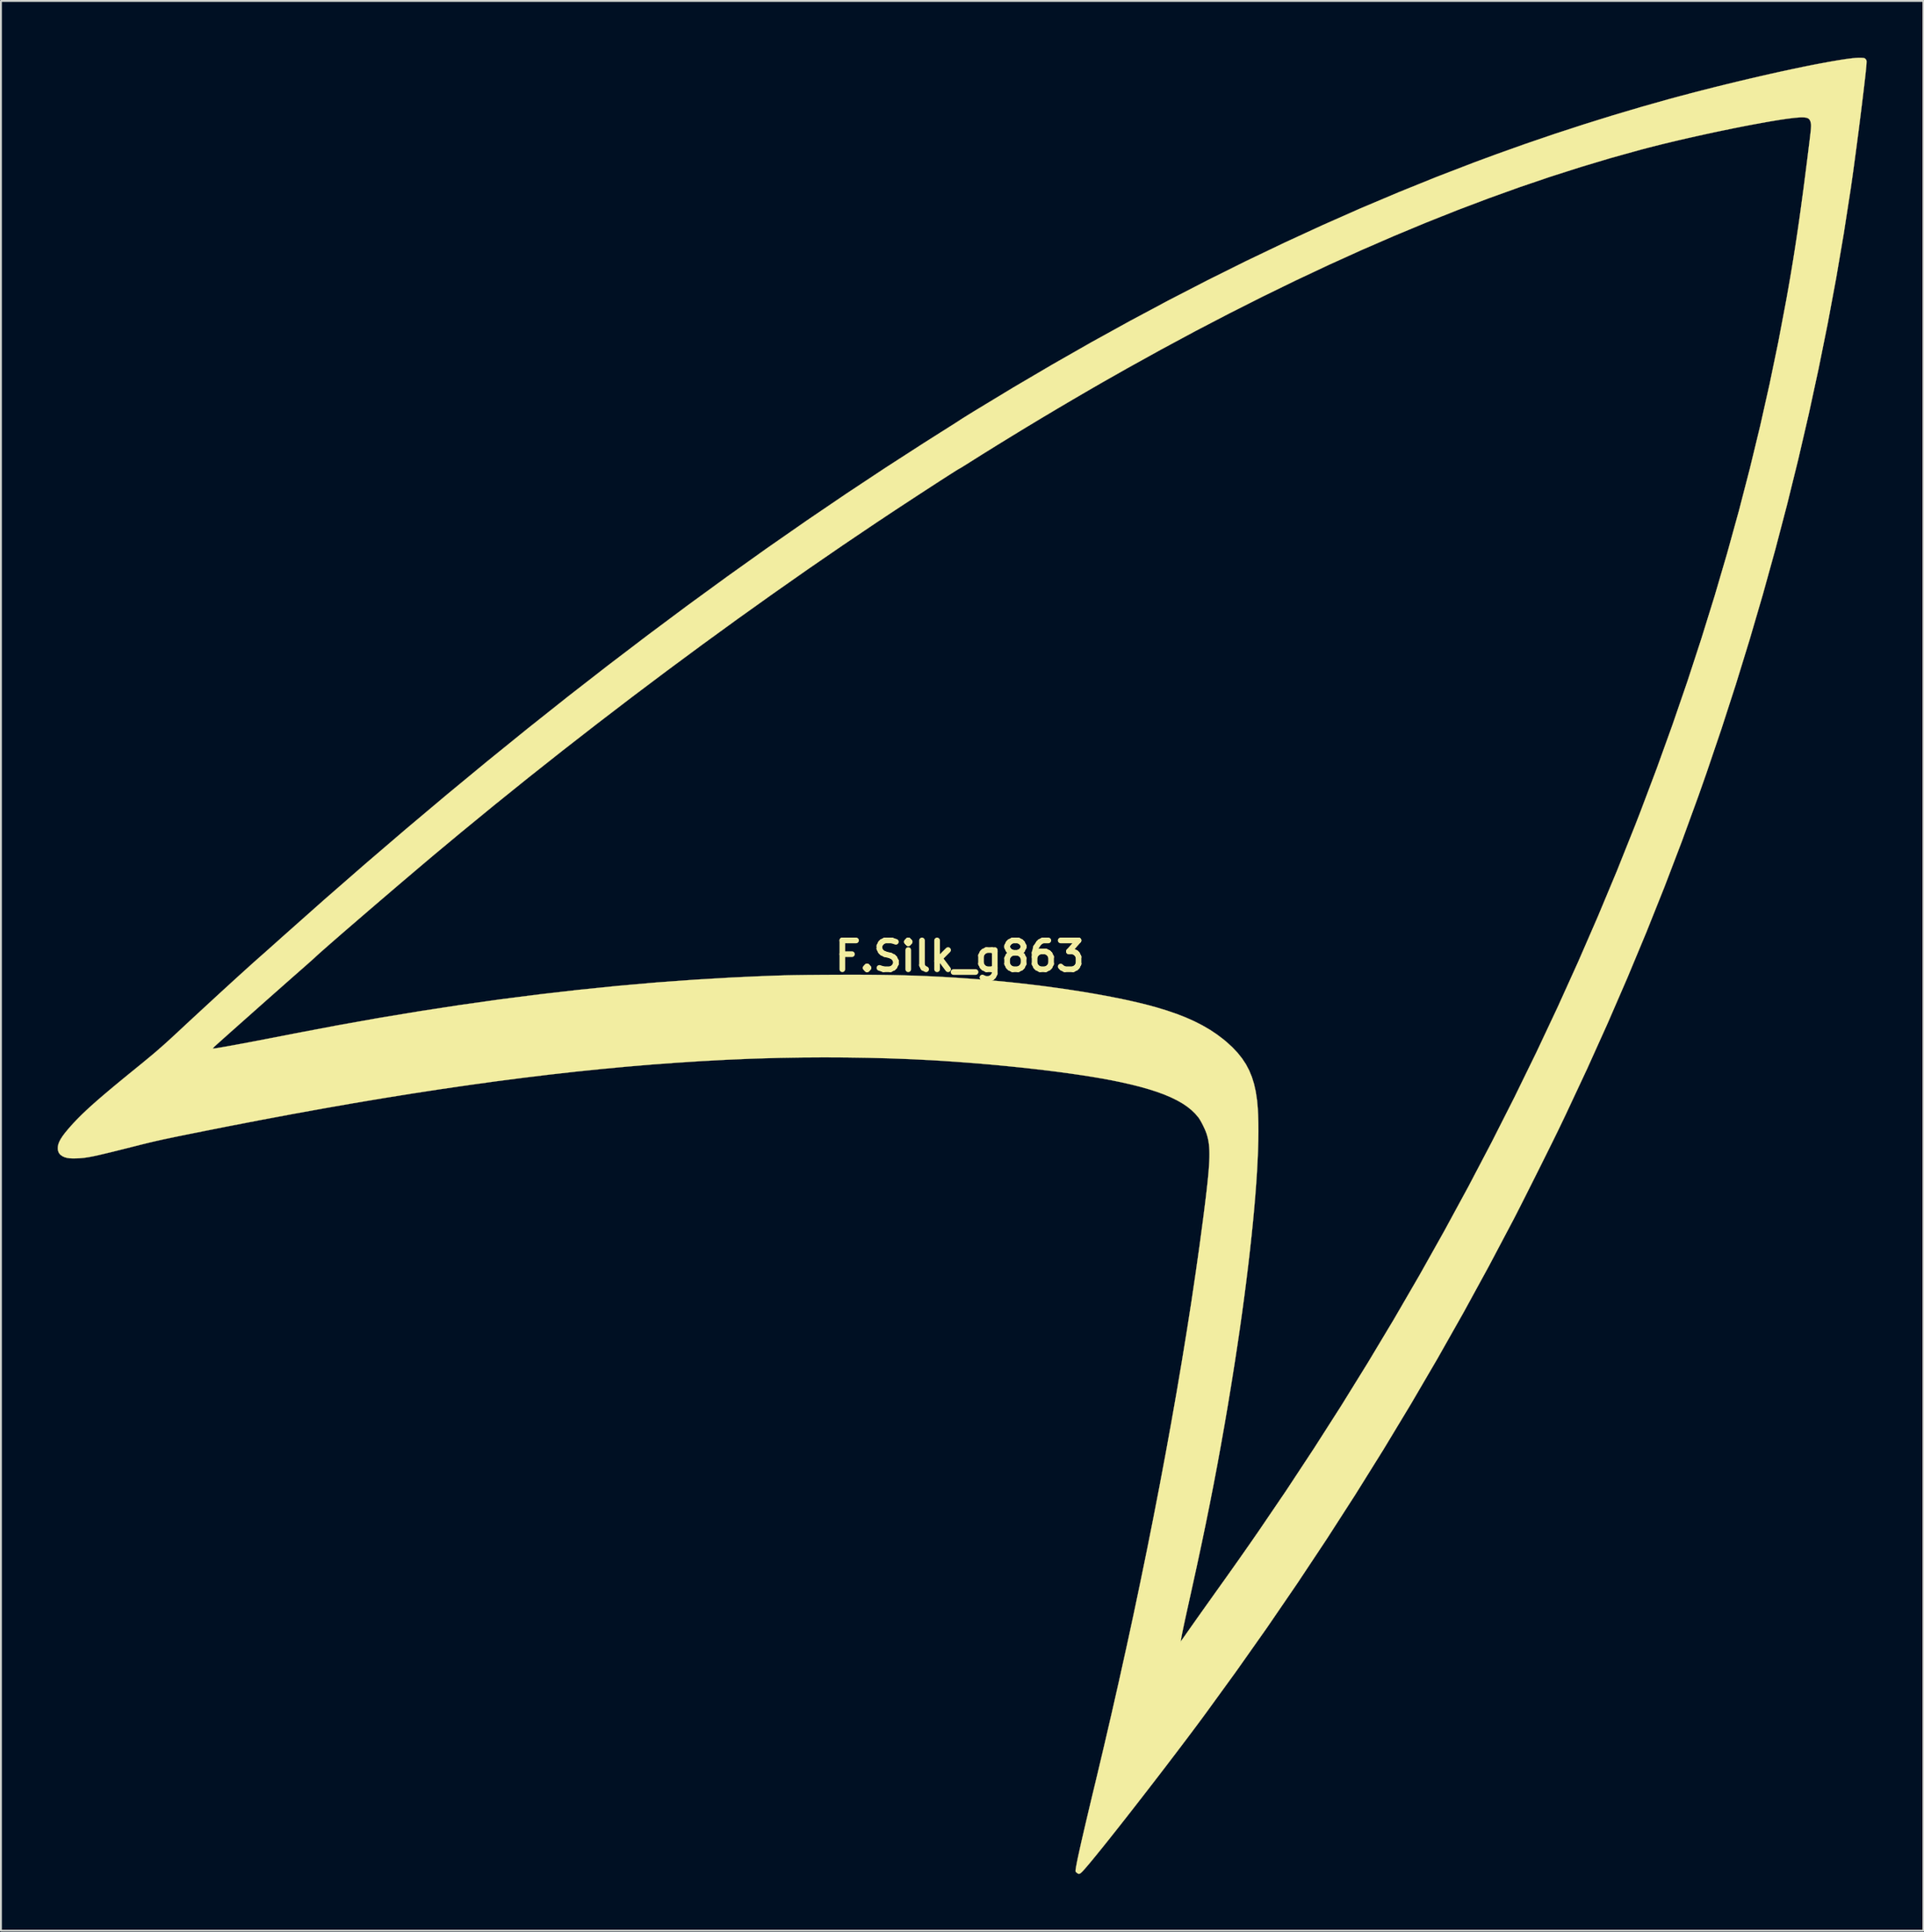
<source format=kicad_pcb>
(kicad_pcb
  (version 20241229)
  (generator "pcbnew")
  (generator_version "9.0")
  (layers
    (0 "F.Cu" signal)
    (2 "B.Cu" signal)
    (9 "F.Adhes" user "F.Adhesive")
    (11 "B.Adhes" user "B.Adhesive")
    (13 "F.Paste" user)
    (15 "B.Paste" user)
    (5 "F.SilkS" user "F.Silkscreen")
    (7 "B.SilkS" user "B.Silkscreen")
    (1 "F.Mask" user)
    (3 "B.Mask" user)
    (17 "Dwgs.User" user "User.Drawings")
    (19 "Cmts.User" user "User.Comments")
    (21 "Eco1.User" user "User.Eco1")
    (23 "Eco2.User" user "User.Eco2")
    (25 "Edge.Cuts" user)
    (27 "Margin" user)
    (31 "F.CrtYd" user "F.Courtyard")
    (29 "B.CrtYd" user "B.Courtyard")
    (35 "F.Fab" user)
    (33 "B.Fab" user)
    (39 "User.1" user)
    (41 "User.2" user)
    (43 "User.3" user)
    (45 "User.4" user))
  (footprint "F.Silk_g863"
    (layer "F.Cu")
    (at 47.669 47.48)
    (property "Reference" "F.Silk_g863" (at 0 0 0) (layer "F.SilkS") (effects (font (size 1.524 1.524) (thickness 0.3))))
    (attr through_hole)
    (fp_poly (pts (xy 47.635 -47.474) (xy 47.725 -47.469) (xy 47.784 -47.462) (xy 47.822 -47.45) (xy 47.851 -47.428) (xy 47.873 -47.403) (xy 47.898 -47.372) (xy 47.913 -47.342) (xy 47.92 -47.302) (xy 47.92 -47.243) (xy 47.916 -47.153) (xy 47.915 -47.139) (xy 47.907 -47.033) (xy 47.893 -46.888) (xy 47.875 -46.708) (xy 47.852 -46.494) (xy 47.824 -46.252) (xy 47.793 -45.982) (xy 47.758 -45.689) (xy 47.72 -45.375) (xy 47.68 -45.045) (xy 47.637 -44.699) (xy 47.592 -44.343) (xy 47.546 -43.978) (xy 47.499 -43.608) (xy 47.45 -43.237) (xy 47.402 -42.866) (xy 47.353 -42.499) (xy 47.305 -42.139) (xy 47.258 -41.79) (xy 47.212 -41.454) (xy 47.167 -41.134) (xy 47.124 -40.834) (xy 47.084 -40.556) (xy 47.084 -40.555) (xy 46.718 -38.197) (xy 46.314 -35.827) (xy 45.871 -33.447) (xy 45.389 -31.06) (xy 44.871 -28.668) (xy 44.316 -26.274) (xy 43.725 -23.881) (xy 43.098 -21.49) (xy 42.437 -19.105) (xy 41.741 -16.727) (xy 41.012 -14.36) (xy 40.25 -12.005) (xy 39.456 -9.665) (xy 39.038 -8.477) (xy 38.163 -6.077) (xy 37.246 -3.675) (xy 36.286 -1.271) (xy 35.284 1.134) (xy 34.24 3.542) (xy 33.154 5.951) (xy 32.026 8.361) (xy 31.707 9.028) (xy 31.625 9.198) (xy 31.525 9.401) (xy 31.411 9.634) (xy 31.284 9.892) (xy 31.146 10.17) (xy 30.999 10.466) (xy 30.846 10.774) (xy 30.688 11.091) (xy 30.527 11.413) (xy 30.366 11.735) (xy 30.206 12.054) (xy 30.05 12.364) (xy 29.9 12.663) (xy 29.757 12.946) (xy 29.624 13.21) (xy 29.502 13.448) (xy 29.395 13.659) (xy 29.303 13.837) (xy 29.273 13.896) (xy 27.961 16.378) (xy 26.618 18.835) (xy 25.241 21.27) (xy 23.83 23.683) (xy 22.385 26.077) (xy 20.903 28.453) (xy 19.385 30.811) (xy 17.829 33.154) (xy 16.235 35.484) (xy 14.601 37.8) (xy 13.009 39.994) (xy 12.778 40.308) (xy 12.533 40.637) (xy 12.278 40.979) (xy 12.012 41.332) (xy 11.738 41.695) (xy 11.458 42.065) (xy 11.171 42.441) (xy 10.881 42.822) (xy 10.588 43.204) (xy 10.294 43.586) (xy 10 43.967) (xy 9.708 44.344) (xy 9.419 44.716) (xy 9.135 45.081) (xy 8.857 45.437) (xy 8.586 45.782) (xy 8.324 46.115) (xy 8.072 46.432) (xy 7.833 46.734) (xy 7.606 47.017) (xy 7.394 47.28) (xy 7.198 47.521) (xy 7.02 47.739) (xy 6.861 47.931) (xy 6.722 48.095) (xy 6.605 48.23) (xy 6.511 48.334) (xy 6.476 48.371) (xy 6.4 48.443) (xy 6.339 48.482) (xy 6.284 48.489) (xy 6.228 48.466) (xy 6.183 48.432) (xy 6.142 48.395) (xy 6.122 48.364) (xy 6.119 48.321) (xy 6.126 48.258) (xy 6.141 48.155) (xy 6.166 48.017) (xy 6.199 47.845) (xy 6.242 47.637) (xy 6.295 47.394) (xy 6.357 47.114) (xy 6.428 46.796) (xy 6.51 46.442) (xy 6.601 46.049) (xy 6.702 45.618) (xy 6.813 45.148) (xy 6.934 44.638) (xy 7.066 44.088) (xy 7.173 43.646) (xy 7.592 41.884) (xy 8.002 40.122) (xy 8.402 38.362) (xy 8.791 36.607) (xy 8.874 36.227) (xy 11.663 36.227) (xy 11.673 36.237) (xy 11.684 36.227) (xy 11.673 36.216) (xy 11.663 36.227) (xy 8.874 36.227) (xy 9.17 34.858) (xy 9.536 33.118) (xy 9.891 31.39) (xy 10.233 29.675) (xy 10.562 27.977) (xy 10.878 26.296) (xy 11.18 24.636) (xy 11.468 22.999) (xy 11.741 21.388) (xy 12 19.803) (xy 12.243 18.249) (xy 12.469 16.726) (xy 12.68 15.238) (xy 12.847 13.991) (xy 12.91 13.504) (xy 12.966 13.056) (xy 13.016 12.646) (xy 13.06 12.27) (xy 13.097 11.928) (xy 13.129 11.616) (xy 13.154 11.332) (xy 13.173 11.074) (xy 13.186 10.84) (xy 13.194 10.628) (xy 13.196 10.434) (xy 13.192 10.258) (xy 13.183 10.096) (xy 13.169 9.947) (xy 13.149 9.808) (xy 13.125 9.677) (xy 13.095 9.552) (xy 13.06 9.43) (xy 13.047 9.387) (xy 13 9.259) (xy 12.938 9.114) (xy 12.866 8.96) (xy 12.789 8.81) (xy 12.713 8.674) (xy 12.643 8.562) (xy 12.613 8.52) (xy 12.444 8.321) (xy 12.248 8.131) (xy 12.024 7.951) (xy 11.769 7.779) (xy 11.483 7.616) (xy 11.165 7.46) (xy 10.814 7.311) (xy 10.428 7.169) (xy 10.005 7.033) (xy 9.545 6.902) (xy 9.047 6.776) (xy 8.509 6.655) (xy 8.012 6.553) (xy 7.53 6.464) (xy 7.01 6.375) (xy 6.455 6.288) (xy 5.867 6.202) (xy 5.252 6.118) (xy 4.611 6.037) (xy 3.949 5.959) (xy 3.269 5.884) (xy 2.575 5.813) (xy 1.87 5.745) (xy 1.158 5.683) (xy 0.442 5.625) (xy -0.275 5.572) (xy -0.988 5.524) (xy -1.513 5.493) (xy -2.594 5.439) (xy -3.708 5.397) (xy -4.848 5.368) (xy -6.005 5.35) (xy -7.172 5.345) (xy -8.341 5.352) (xy -9.506 5.371) (xy -10.657 5.403) (xy -11.123 5.419) (xy -12.383 5.474) (xy -13.657 5.542) (xy -14.945 5.625) (xy -16.25 5.721) (xy -17.572 5.832) (xy -18.913 5.957) (xy -20.275 6.097) (xy -21.658 6.252) (xy -23.064 6.423) (xy -24.495 6.608) (xy -25.951 6.809) (xy -27.434 7.025) (xy -28.946 7.257) (xy -30.487 7.505) (xy -32.059 7.769) (xy -33.663 8.05) (xy -35.302 8.347) (xy -36.975 8.661) (xy -38.684 8.991) (xy -39.994 9.251) (xy -40.362 9.325) (xy -40.692 9.391) (xy -40.989 9.451) (xy -41.255 9.505) (xy -41.495 9.554) (xy -41.713 9.6) (xy -41.913 9.642) (xy -42.098 9.681) (xy -42.272 9.72) (xy -42.439 9.757) (xy -42.604 9.795) (xy -42.769 9.834) (xy -42.939 9.875) (xy -43.117 9.919) (xy -43.308 9.966) (xy -43.515 10.018) (xy -43.742 10.076) (xy -43.826 10.097) (xy -44.187 10.188) (xy -44.511 10.269) (xy -44.799 10.341) (xy -45.056 10.403) (xy -45.284 10.457) (xy -45.485 10.504) (xy -45.664 10.544) (xy -45.823 10.577) (xy -45.965 10.604) (xy -46.092 10.626) (xy -46.209 10.644) (xy -46.318 10.657) (xy -46.421 10.667) (xy -46.523 10.675) (xy -46.626 10.68) (xy -46.672 10.682) (xy -46.871 10.685) (xy -47.035 10.677) (xy -47.173 10.657) (xy -47.292 10.625) (xy -47.398 10.578) (xy -47.421 10.566) (xy -47.535 10.485) (xy -47.611 10.388) (xy -47.653 10.269) (xy -47.664 10.182) (xy -47.661 10.061) (xy -47.636 9.938) (xy -47.588 9.807) (xy -47.515 9.667) (xy -47.415 9.512) (xy -47.286 9.339) (xy -47.125 9.144) (xy -47.113 9.13) (xy -46.976 8.973) (xy -46.834 8.816) (xy -46.684 8.658) (xy -46.526 8.497) (xy -46.357 8.33) (xy -46.174 8.157) (xy -45.977 7.974) (xy -45.761 7.781) (xy -45.527 7.575) (xy -45.27 7.354) (xy -44.99 7.117) (xy -44.685 6.862) (xy -44.351 6.586) (xy -43.988 6.288) (xy -43.655 6.018) (xy -43.384 5.797) (xy -43.14 5.598) (xy -42.921 5.417) (xy -42.721 5.251) (xy -42.536 5.095) (xy -42.362 4.945) (xy -42.285 4.878) (xy -39.474 4.878) (xy -39.447 4.879) (xy -39.381 4.872) (xy -39.275 4.857) (xy -39.131 4.834) (xy -38.949 4.803) (xy -38.731 4.765) (xy -38.477 4.72) (xy -38.19 4.667) (xy -37.869 4.607) (xy -37.516 4.541) (xy -37.132 4.468) (xy -36.717 4.388) (xy -36.274 4.303) (xy -35.802 4.211) (xy -35.303 4.114) (xy -35.158 4.085) (xy -32.949 3.665) (xy -30.76 3.274) (xy -28.59 2.914) (xy -26.441 2.583) (xy -24.313 2.283) (xy -22.208 2.014) (xy -20.127 1.775) (xy -18.07 1.566) (xy -16.038 1.388) (xy -14.033 1.242) (xy -12.055 1.126) (xy -10.837 1.069) (xy -10.53 1.056) (xy -10.248 1.045) (xy -9.987 1.035) (xy -9.743 1.026) (xy -9.51 1.019) (xy -9.284 1.012) (xy -9.06 1.006) (xy -8.833 1.001) (xy -8.599 0.997) (xy -8.352 0.994) (xy -8.088 0.99) (xy -7.802 0.988) (xy -7.489 0.985) (xy -7.145 0.983) (xy -6.765 0.981) (xy -6.657 0.98) (xy -5.973 0.978) (xy -5.326 0.978) (xy -4.713 0.981) (xy -4.127 0.987) (xy -3.565 0.996) (xy -3.022 1.008) (xy -2.494 1.023) (xy -1.974 1.042) (xy -1.46 1.065) (xy -0.946 1.092) (xy -0.427 1.122) (xy 0.1 1.156) (xy 0.642 1.195) (xy 0.804 1.207) (xy 1.527 1.266) (xy 2.252 1.333) (xy 2.975 1.407) (xy 3.694 1.489) (xy 4.406 1.576) (xy 5.106 1.67) (xy 5.793 1.77) (xy 6.462 1.874) (xy 7.111 1.983) (xy 7.737 2.096) (xy 8.336 2.213) (xy 8.906 2.332) (xy 9.442 2.455) (xy 9.942 2.579) (xy 10.382 2.699) (xy 10.94 2.868) (xy 11.459 3.046) (xy 11.943 3.235) (xy 12.393 3.435) (xy 12.813 3.649) (xy 13.206 3.877) (xy 13.575 4.121) (xy 13.922 4.383) (xy 14.094 4.525) (xy 14.406 4.81) (xy 14.68 5.1) (xy 14.918 5.398) (xy 15.123 5.708) (xy 15.295 6.035) (xy 15.438 6.382) (xy 15.553 6.753) (xy 15.642 7.153) (xy 15.707 7.584) (xy 15.716 7.662) (xy 15.747 8.004) (xy 15.768 8.385) (xy 15.78 8.805) (xy 15.783 9.262) (xy 15.777 9.755) (xy 15.762 10.283) (xy 15.737 10.844) (xy 15.705 11.437) (xy 15.663 12.062) (xy 15.613 12.715) (xy 15.555 13.397) (xy 15.488 14.106) (xy 15.413 14.84) (xy 15.33 15.598) (xy 15.239 16.379) (xy 15.14 17.182) (xy 15.034 18.006) (xy 14.92 18.848) (xy 14.798 19.708) (xy 14.669 20.584) (xy 14.533 21.475) (xy 14.518 21.569) (xy 14.345 22.656) (xy 14.17 23.721) (xy 13.99 24.772) (xy 13.806 25.813) (xy 13.616 26.851) (xy 13.419 27.892) (xy 13.213 28.941) (xy 12.998 30.005) (xy 12.772 31.089) (xy 12.534 32.201) (xy 12.283 33.344) (xy 12.224 33.613) (xy 12.134 34.019) (xy 12.053 34.385) (xy 11.981 34.713) (xy 11.917 35.004) (xy 11.862 35.259) (xy 11.815 35.481) (xy 11.776 35.669) (xy 11.744 35.826) (xy 11.719 35.954) (xy 11.701 36.053) (xy 11.69 36.125) (xy 11.685 36.171) (xy 11.686 36.193) (xy 11.692 36.193) (xy 11.706 36.175) (xy 11.741 36.125) (xy 11.795 36.048) (xy 11.866 35.948) (xy 11.95 35.829) (xy 12.045 35.693) (xy 12.149 35.546) (xy 12.176 35.507) (xy 12.271 35.371) (xy 12.388 35.206) (xy 12.522 35.016) (xy 12.671 34.806) (xy 12.829 34.583) (xy 12.995 34.349) (xy 13.164 34.112) (xy 13.333 33.875) (xy 13.498 33.643) (xy 13.552 33.567) (xy 13.841 33.162) (xy 14.109 32.786) (xy 14.358 32.435) (xy 14.591 32.105) (xy 14.812 31.792) (xy 15.023 31.49) (xy 15.229 31.196) (xy 15.432 30.905) (xy 15.634 30.612) (xy 15.741 30.459) (xy 17.246 28.245) (xy 18.72 26.007) (xy 20.163 23.749) (xy 21.573 21.47) (xy 22.95 19.173) (xy 24.293 16.859) (xy 25.601 14.528) (xy 26.874 12.184) (xy 28.111 9.826) (xy 29.311 7.457) (xy 30.474 5.077) (xy 31.598 2.689) (xy 32.682 0.293) (xy 33.727 -2.109) (xy 34.732 -4.515) (xy 35.695 -6.925) (xy 35.973 -7.641) (xy 36.837 -9.931) (xy 37.661 -12.216) (xy 38.445 -14.495) (xy 39.188 -16.768) (xy 39.892 -19.034) (xy 40.555 -21.293) (xy 41.178 -23.545) (xy 41.759 -25.789) (xy 42.301 -28.025) (xy 42.801 -30.253) (xy 43.261 -32.471) (xy 43.679 -34.68) (xy 43.71 -34.851) (xy 43.801 -35.366) (xy 43.888 -35.869) (xy 43.972 -36.366) (xy 44.053 -36.861) (xy 44.132 -37.359) (xy 44.209 -37.863) (xy 44.286 -38.377) (xy 44.363 -38.907) (xy 44.44 -39.457) (xy 44.518 -40.031) (xy 44.599 -40.634) (xy 44.681 -41.269) (xy 44.767 -41.941) (xy 44.779 -42.037) (xy 44.819 -42.355) (xy 44.854 -42.634) (xy 44.884 -42.876) (xy 44.91 -43.085) (xy 44.931 -43.263) (xy 44.949 -43.414) (xy 44.963 -43.54) (xy 44.974 -43.644) (xy 44.981 -43.728) (xy 44.986 -43.797) (xy 44.989 -43.852) (xy 44.99 -43.896) (xy 44.988 -43.933) (xy 44.986 -43.964) (xy 44.984 -43.982) (xy 44.959 -44.102) (xy 44.92 -44.193) (xy 44.862 -44.258) (xy 44.779 -44.3) (xy 44.666 -44.323) (xy 44.518 -44.33) (xy 44.482 -44.33) (xy 44.33 -44.323) (xy 44.14 -44.306) (xy 43.915 -44.28) (xy 43.656 -44.246) (xy 43.367 -44.203) (xy 43.05 -44.152) (xy 42.708 -44.094) (xy 42.343 -44.029) (xy 41.959 -43.958) (xy 41.557 -43.882) (xy 41.141 -43.8) (xy 40.713 -43.714) (xy 40.276 -43.624) (xy 39.833 -43.531) (xy 39.385 -43.434) (xy 38.936 -43.335) (xy 38.489 -43.234) (xy 38.046 -43.132) (xy 37.609 -43.029) (xy 37.182 -42.926) (xy 36.766 -42.822) (xy 36.366 -42.72) (xy 35.983 -42.619) (xy 34.404 -42.18) (xy 32.81 -41.702) (xy 31.2 -41.188) (xy 29.576 -40.636) (xy 27.936 -40.046) (xy 26.28 -39.419) (xy 24.609 -38.753) (xy 22.922 -38.05) (xy 21.218 -37.31) (xy 19.499 -36.531) (xy 17.763 -35.714) (xy 16.01 -34.859) (xy 14.241 -33.966) (xy 12.454 -33.035) (xy 10.651 -32.065) (xy 8.83 -31.057) (xy 7.578 -30.347) (xy 6.806 -29.902) (xy 6.011 -29.438) (xy 5.2 -28.96) (xy 4.381 -28.472) (xy 3.562 -27.979) (xy 2.751 -27.485) (xy 1.956 -26.996) (xy 1.183 -26.516) (xy 0.487 -26.077) (xy 0.361 -25.998) (xy 0.247 -25.927) (xy 0.148 -25.865) (xy 0.07 -25.818) (xy 0.018 -25.787) (xy -0.001 -25.777) (xy -0.033 -25.76) (xy -0.099 -25.721) (xy -0.195 -25.662) (xy -0.319 -25.584) (xy -0.469 -25.488) (xy -0.642 -25.378) (xy -0.837 -25.253) (xy -1.05 -25.116) (xy -1.279 -24.967) (xy -1.522 -24.81) (xy -1.777 -24.644) (xy -2.041 -24.472) (xy -2.311 -24.296) (xy -2.586 -24.116) (xy -2.863 -23.934) (xy -3.14 -23.753) (xy -3.414 -23.572) (xy -3.682 -23.395) (xy -3.943 -23.222) (xy -4.194 -23.055) (xy -4.338 -22.96) (xy -6.169 -21.726) (xy -8.015 -20.457) (xy -9.871 -19.156) (xy -11.734 -17.827) (xy -13.599 -16.472) (xy -15.463 -15.094) (xy -17.32 -13.698) (xy -19.167 -12.284) (xy -21.001 -10.858) (xy -22.816 -9.421) (xy -24.609 -7.977) (xy -26.375 -6.529) (xy -27.718 -5.411) (xy -27.965 -5.203) (xy -28.227 -4.982) (xy -28.502 -4.749) (xy -28.788 -4.507) (xy -29.084 -4.255) (xy -29.388 -3.997) (xy -29.697 -3.734) (xy -30.009 -3.467) (xy -30.323 -3.198) (xy -30.637 -2.93) (xy -30.949 -2.662) (xy -31.257 -2.398) (xy -31.559 -2.138) (xy -31.853 -1.884) (xy -32.138 -1.639) (xy -32.411 -1.403) (xy -32.67 -1.179) (xy -32.913 -0.967) (xy -33.14 -0.77) (xy -33.347 -0.589) (xy -33.532 -0.426) (xy -33.695 -0.283) (xy -33.833 -0.16) (xy -33.943 -0.061) (xy -34.025 0.014) (xy -34.068 0.055) (xy -34.099 0.084) (xy -34.159 0.138) (xy -34.244 0.214) (xy -34.352 0.31) (xy -34.48 0.424) (xy -34.624 0.551) (xy -34.781 0.689) (xy -34.949 0.837) (xy -35.105 0.974) (xy -35.25 1.101) (xy -35.415 1.247) (xy -35.597 1.407) (xy -35.794 1.581) (xy -36.004 1.767) (xy -36.225 1.962) (xy -36.453 2.164) (xy -36.688 2.372) (xy -36.927 2.584) (xy -37.166 2.796) (xy -37.405 3.008) (xy -37.641 3.218) (xy -37.871 3.422) (xy -38.094 3.62) (xy -38.306 3.809) (xy -38.507 3.987) (xy -38.692 4.152) (xy -38.861 4.303) (xy -39.011 4.437) (xy -39.139 4.551) (xy -39.243 4.645) (xy -39.321 4.716) (xy -39.372 4.762) (xy -39.385 4.774) (xy -39.434 4.824) (xy -39.466 4.861) (xy -39.474 4.878) (xy -42.285 4.878) (xy -42.193 4.797) (xy -42.024 4.648) (xy -41.853 4.493) (xy -41.673 4.329) (xy -41.48 4.151) (xy -41.328 4.01) (xy -40.929 3.638) (xy -40.534 3.272) (xy -40.145 2.912) (xy -39.764 2.561) (xy -39.394 2.22) (xy -39.036 1.89) (xy -38.691 1.575) (xy -38.364 1.276) (xy -38.054 0.994) (xy -37.764 0.732) (xy -37.497 0.49) (xy -37.254 0.272) (xy -37.036 0.079) (xy -36.847 -0.088) (xy -36.793 -0.135) (xy -36.75 -0.173) (xy -36.679 -0.236) (xy -36.584 -0.321) (xy -36.467 -0.425) (xy -36.333 -0.545) (xy -36.184 -0.677) (xy -36.025 -0.82) (xy -35.859 -0.968) (xy -35.772 -1.046) (xy -33.593 -2.98) (xy -31.422 -4.873) (xy -29.261 -6.725) (xy -27.109 -8.535) (xy -24.965 -10.305) (xy -22.829 -12.035) (xy -20.702 -13.724) (xy -18.582 -15.372) (xy -16.47 -16.98) (xy -14.366 -18.549) (xy -12.269 -20.077) (xy -10.18 -21.566) (xy -8.097 -23.015) (xy -6.022 -24.424) (xy -3.953 -25.794) (xy -1.891 -27.125) (xy -1.016 -27.679) (xy -0.83 -27.796) (xy -0.654 -27.907) (xy -0.492 -28.01) (xy -0.346 -28.102) (xy -0.221 -28.182) (xy -0.119 -28.247) (xy -0.044 -28.296) (xy 0.000266 -28.325) (xy 0.011 -28.332) (xy 0.038 -28.351) (xy 0.097 -28.388) (xy 0.183 -28.443) (xy 0.294 -28.512) (xy 0.423 -28.593) (xy 0.568 -28.682) (xy 0.723 -28.778) (xy 0.752 -28.796) (xy 2.824 -30.051) (xy 4.89 -31.265) (xy 6.95 -32.44) (xy 9.005 -33.574) (xy 11.053 -34.668) (xy 13.095 -35.721) (xy 15.131 -36.734) (xy 17.16 -37.705) (xy 19.182 -38.636) (xy 21.196 -39.527) (xy 23.204 -40.375) (xy 25.203 -41.183) (xy 27.195 -41.95) (xy 28.41 -42.398) (xy 29.934 -42.941) (xy 31.466 -43.463) (xy 33.001 -43.963) (xy 34.529 -44.439) (xy 36.044 -44.888) (xy 37.444 -45.283) (xy 38.036 -45.443) (xy 38.639 -45.603) (xy 39.251 -45.761) (xy 39.867 -45.917) (xy 40.485 -46.071) (xy 41.102 -46.22) (xy 41.712 -46.365) (xy 42.314 -46.505) (xy 42.904 -46.639) (xy 43.478 -46.766) (xy 44.034 -46.886) (xy 44.567 -46.997) (xy 45.074 -47.099) (xy 45.552 -47.191) (xy 45.998 -47.272) (xy 46.407 -47.342) (xy 46.524 -47.361) (xy 46.777 -47.4) (xy 46.993 -47.43) (xy 47.178 -47.452) (xy 47.336 -47.467) (xy 47.472 -47.474) (xy 47.592 -47.475) (xy 47.635 -47.474)) (stroke (width 0.01) (type solid)) (fill yes) (layer "F.SilkS")))
  (gr_rect
    (start -3 -3)
    (end 98.594 98.974)
    (stroke (width 0.1) (type default))
    (fill no)
    (layer "Edge.Cuts")))
</source>
